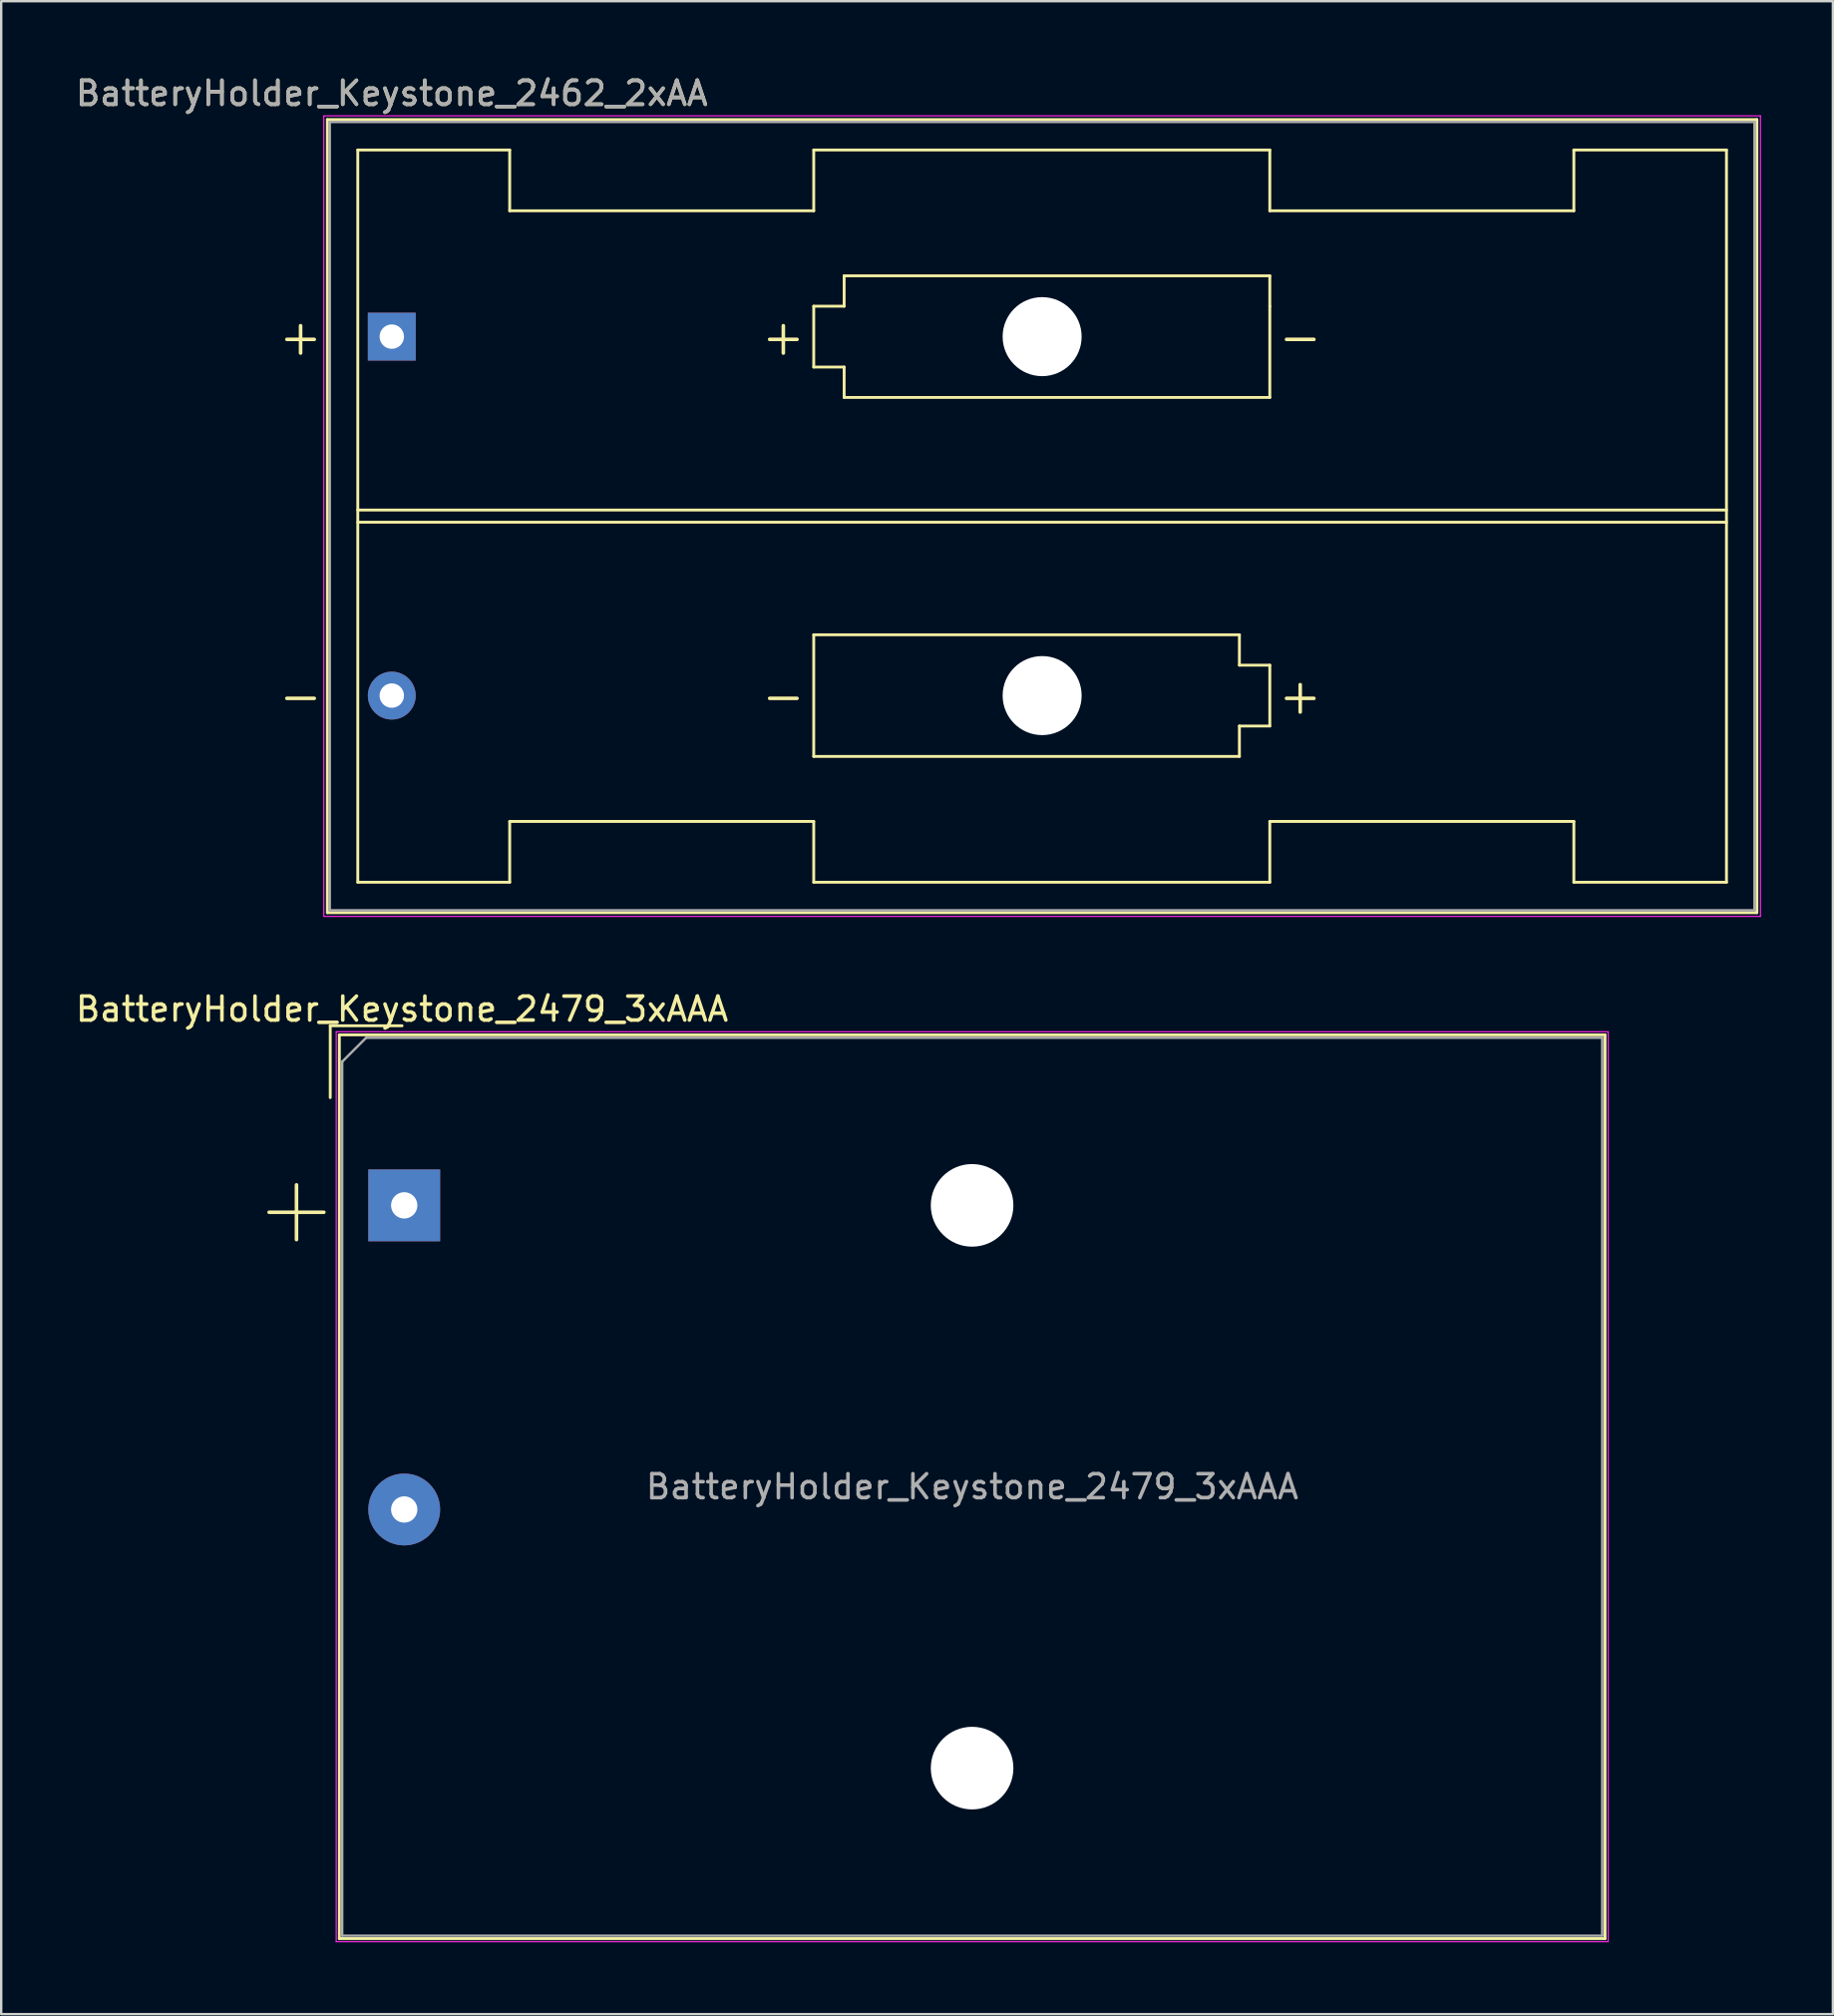
<source format=kicad_pcb>
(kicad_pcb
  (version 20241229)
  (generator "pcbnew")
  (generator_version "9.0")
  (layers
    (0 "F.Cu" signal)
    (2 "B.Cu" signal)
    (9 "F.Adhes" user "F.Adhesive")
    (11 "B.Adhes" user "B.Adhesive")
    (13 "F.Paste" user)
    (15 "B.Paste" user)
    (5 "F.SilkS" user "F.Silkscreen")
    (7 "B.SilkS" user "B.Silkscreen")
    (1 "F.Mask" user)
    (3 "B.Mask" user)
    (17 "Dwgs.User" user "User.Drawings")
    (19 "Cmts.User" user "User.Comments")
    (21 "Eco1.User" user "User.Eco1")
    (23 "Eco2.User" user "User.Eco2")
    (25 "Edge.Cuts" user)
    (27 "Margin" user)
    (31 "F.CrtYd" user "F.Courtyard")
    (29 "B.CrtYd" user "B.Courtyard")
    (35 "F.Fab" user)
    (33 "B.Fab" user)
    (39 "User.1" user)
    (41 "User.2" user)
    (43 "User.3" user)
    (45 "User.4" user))
  (footprint "BatteryHolder_Keystone_2462_2xAA"
    (layer "F.Cu")
    (at 13.315 11.008)
    (property "Reference" "BatteryHolder_Keystone_2462_2xAA" (at 0 -10.16 180) (layer "F.SilkS") (effects (font (size 1 1) (thickness 0.15))))
    (attr through_hole)
    (fp_line (start -2.69 -9.065) (end -2.69 24.055) (stroke (width 0.12) (type solid)) (layer "F.SilkS"))
    (fp_line (start -2.69 24.055) (end 57.02 24.055) (stroke (width 0.12) (type solid)) (layer "F.SilkS"))
    (fp_line (start -1.42 -7.795) (end -1.42 22.785) (stroke (width 0.12) (type solid)) (layer "F.SilkS"))
    (fp_line (start -1.42 7.241) (end 55.75 7.241) (stroke (width 0.12) (type solid)) (layer "F.SilkS"))
    (fp_line (start -1.42 22.785) (end 4.925 22.785) (stroke (width 0.12) (type solid)) (layer "F.SilkS"))
    (fp_line (start 4.925 -7.795) (end -1.42 -7.795) (stroke (width 0.12) (type solid)) (layer "F.SilkS"))
    (fp_line (start 4.925 -5.255) (end 4.925 -7.795) (stroke (width 0.12) (type solid)) (layer "F.SilkS"))
    (fp_line (start 4.925 -5.255) (end 17.625 -5.255) (stroke (width 0.12) (type solid)) (layer "F.SilkS"))
    (fp_line (start 4.925 20.245) (end 17.625 20.245) (stroke (width 0.12) (type solid)) (layer "F.SilkS"))
    (fp_line (start 4.925 22.785) (end 4.925 20.245) (stroke (width 0.12) (type solid)) (layer "F.SilkS"))
    (fp_line (start 17.625 -7.795) (end 17.625 -5.255) (stroke (width 0.12) (type solid)) (layer "F.SilkS"))
    (fp_line (start 17.625 -1.27) (end 18.895 -1.27) (stroke (width 0.12) (type solid)) (layer "F.SilkS"))
    (fp_line (start 17.625 1.27) (end 17.625 -1.27) (stroke (width 0.12) (type solid)) (layer "F.SilkS"))
    (fp_line (start 17.625 12.45) (end 35.405 12.45) (stroke (width 0.12) (type solid)) (layer "F.SilkS"))
    (fp_line (start 17.625 17.53) (end 17.625 12.45) (stroke (width 0.12) (type solid)) (layer "F.SilkS"))
    (fp_line (start 17.625 20.245) (end 17.625 22.785) (stroke (width 0.12) (type solid)) (layer "F.SilkS"))
    (fp_line (start 17.625 22.785) (end 36.675 22.785) (stroke (width 0.12) (type solid)) (layer "F.SilkS"))
    (fp_line (start 18.895 -2.54) (end 36.675 -2.54) (stroke (width 0.12) (type solid)) (layer "F.SilkS"))
    (fp_line (start 18.895 -1.27) (end 18.895 -2.54) (stroke (width 0.12) (type solid)) (layer "F.SilkS"))
    (fp_line (start 18.895 1.27) (end 17.625 1.27) (stroke (width 0.12) (type solid)) (layer "F.SilkS"))
    (fp_line (start 18.895 2.54) (end 18.895 1.27) (stroke (width 0.12) (type solid)) (layer "F.SilkS"))
    (fp_line (start 35.405 12.45) (end 35.405 13.72) (stroke (width 0.12) (type solid)) (layer "F.SilkS"))
    (fp_line (start 35.405 13.72) (end 36.675 13.72) (stroke (width 0.12) (type solid)) (layer "F.SilkS"))
    (fp_line (start 35.405 16.26) (end 35.405 17.53) (stroke (width 0.12) (type solid)) (layer "F.SilkS"))
    (fp_line (start 35.405 17.53) (end 17.625 17.53) (stroke (width 0.12) (type solid)) (layer "F.SilkS"))
    (fp_line (start 36.675 -7.795) (end 17.625 -7.795) (stroke (width 0.12) (type solid)) (layer "F.SilkS"))
    (fp_line (start 36.675 -5.255) (end 36.675 -7.795) (stroke (width 0.12) (type solid)) (layer "F.SilkS"))
    (fp_line (start 36.675 -2.54) (end 36.675 -1.27) (stroke (width 0.12) (type solid)) (layer "F.SilkS"))
    (fp_line (start 36.675 -1.27) (end 36.675 2.54) (stroke (width 0.12) (type solid)) (layer "F.SilkS"))
    (fp_line (start 36.675 2.54) (end 18.895 2.54) (stroke (width 0.12) (type solid)) (layer "F.SilkS"))
    (fp_line (start 36.675 13.72) (end 36.675 16.26) (stroke (width 0.12) (type solid)) (layer "F.SilkS"))
    (fp_line (start 36.675 16.26) (end 35.405 16.26) (stroke (width 0.12) (type solid)) (layer "F.SilkS"))
    (fp_line (start 36.675 22.785) (end 36.675 20.245) (stroke (width 0.12) (type solid)) (layer "F.SilkS"))
    (fp_line (start 49.375 -7.795) (end 49.375 -5.255) (stroke (width 0.12) (type solid)) (layer "F.SilkS"))
    (fp_line (start 49.375 -5.255) (end 36.675 -5.255) (stroke (width 0.12) (type solid)) (layer "F.SilkS"))
    (fp_line (start 49.375 20.245) (end 36.675 20.245) (stroke (width 0.12) (type solid)) (layer "F.SilkS"))
    (fp_line (start 49.375 22.785) (end 49.375 20.245) (stroke (width 0.12) (type solid)) (layer "F.SilkS"))
    (fp_line (start 55.75 -7.795) (end 49.375 -7.795) (stroke (width 0.12) (type solid)) (layer "F.SilkS"))
    (fp_line (start 55.75 -7.795) (end 55.75 22.785) (stroke (width 0.12) (type solid)) (layer "F.SilkS"))
    (fp_line (start 55.75 7.749) (end -1.42 7.749) (stroke (width 0.12) (type solid)) (layer "F.SilkS"))
    (fp_line (start 55.75 22.785) (end 49.375 22.785) (stroke (width 0.12) (type solid)) (layer "F.SilkS"))
    (fp_line (start 57.02 -9.065) (end -2.69 -9.065) (stroke (width 0.12) (type solid)) (layer "F.SilkS"))
    (fp_line (start 57.02 24.055) (end 57.02 -9.065) (stroke (width 0.12) (type solid)) (layer "F.SilkS"))
    (fp_line (start -2.84 -9.22) (end -2.84 24.21) (stroke (width 0.05) (type solid)) (layer "F.CrtYd"))
    (fp_line (start -2.84 24.21) (end 57.17 24.21) (stroke (width 0.05) (type solid)) (layer "F.CrtYd"))
    (fp_line (start 57.17 -9.22) (end -2.84 -9.22) (stroke (width 0.05) (type solid)) (layer "F.CrtYd"))
    (fp_line (start 57.17 24.21) (end 57.17 -9.22) (stroke (width 0.05) (type solid)) (layer "F.CrtYd"))
    (fp_line (start -2.59 -8.965) (end 56.92 -8.965) (stroke (width 0.1) (type solid)) (layer "F.Fab"))
    (fp_line (start -2.59 23.955) (end -2.59 -8.965) (stroke (width 0.1) (type solid)) (layer "F.Fab"))
    (fp_line (start -2.59 23.955) (end 56.92 23.955) (stroke (width 0.1) (type solid)) (layer "F.Fab"))
    (fp_line (start 56.92 23.955) (end 56.92 -8.965) (stroke (width 0.1) (type solid)) (layer "F.Fab"))
    (fp_text user "-" (at -3.81 14.99 0) (layer "F.SilkS") (effects (font (size 1.5 1.5) (thickness 0.15))))
    (fp_text user "-" (at 37.945 0 0) (layer "F.SilkS") (effects (font (size 1.5 1.5) (thickness 0.15))))
    (fp_text user "+" (at -3.81 0 0) (layer "F.SilkS") (effects (font (size 1.5 1.5) (thickness 0.15))))
    (fp_text user "+" (at 37.945 14.99 0) (layer "F.SilkS") (effects (font (size 1.5 1.5) (thickness 0.15))))
    (fp_text user "-" (at 16.355 14.99 0) (layer "F.SilkS") (effects (font (size 1.5 1.5) (thickness 0.15))))
    (fp_text user "+" (at 16.355 0 0) (layer "F.SilkS") (effects (font (size 1.5 1.5) (thickness 0.15))))
    (fp_text user "${REFERENCE}" (at 0 -10.16 0) (layer "F.Fab") (effects (font (size 1 1) (thickness 0.15))))
    (pad "" np_thru_hole circle (at 27.165 0) (size 3.3 3.3) (drill 3.3) (layers "*.Cu" "*.Mask"))
    (pad "" np_thru_hole circle (at 27.165 14.99) (size 3.3 3.3) (drill 3.3) (layers "*.Cu" "*.Mask"))
    (pad "1" thru_hole rect (at 0 0) (size 2 2) (drill 1.02) (layers "*.Cu" "*.Mask"))
    (pad "2" thru_hole circle (at 0 14.99) (size 2 2) (drill 1.02) (layers "*.Cu" "*.Mask")))
  (footprint "BatteryHolder_Keystone_2479_3xAAA"
    (layer "F.Cu")
    (at 13.834 47.286)
    (property "Reference" "BatteryHolder_Keystone_2479_3xAAA" (at -0.09 -8.195 0) (layer "F.SilkS") (effects (font (size 1 1) (thickness 0.15))))
    (attr through_hole)
    (fp_line (start -3.09 -7.5) (end -0.09 -7.5) (stroke (width 0.12) (type solid)) (layer "F.SilkS"))
    (fp_line (start -3.09 -4.5) (end -3.09 -7.5) (stroke (width 0.12) (type solid)) (layer "F.SilkS"))
    (fp_line (start -2.71 -7.12) (end -2.71 30.62) (stroke (width 0.12) (type solid)) (layer "F.SilkS"))
    (fp_line (start -2.71 -7.12) (end 50.16 -7.12) (stroke (width 0.12) (type solid)) (layer "F.SilkS"))
    (fp_line (start -2.71 30.62) (end 50.16 30.62) (stroke (width 0.12) (type solid)) (layer "F.SilkS"))
    (fp_line (start 50.16 -7.12) (end 50.16 30.62) (stroke (width 0.12) (type solid)) (layer "F.SilkS"))
    (fp_line (start -2.84 -7.25) (end -2.84 30.75) (stroke (width 0.05) (type solid)) (layer "F.CrtYd"))
    (fp_line (start -2.84 -7.25) (end 50.29 -7.25) (stroke (width 0.05) (type solid)) (layer "F.CrtYd"))
    (fp_line (start -2.84 30.75) (end 50.29 30.75) (stroke (width 0.05) (type solid)) (layer "F.CrtYd"))
    (fp_line (start 50.29 -7.25) (end 50.29 30.75) (stroke (width 0.05) (type solid)) (layer "F.CrtYd"))
    (fp_line (start -2.59 -6) (end -1.59 -7) (stroke (width 0.1) (type solid)) (layer "F.Fab"))
    (fp_line (start -2.59 30.5) (end -2.59 -6) (stroke (width 0.1) (type solid)) (layer "F.Fab"))
    (fp_line (start -1.59 -7) (end 50.04 -7) (stroke (width 0.1) (type solid)) (layer "F.Fab"))
    (fp_line (start 50.04 -7) (end 50.04 30.5) (stroke (width 0.1) (type solid)) (layer "F.Fab"))
    (fp_line (start 50.04 30.5) (end -2.59 30.5) (stroke (width 0.1) (type solid)) (layer "F.Fab"))
    (fp_text user "+" (at -4.5 0.05 0) (layer "F.SilkS") (effects (font (size 3 3) (thickness 0.15))))
    (fp_text user "${REFERENCE}" (at 23.725 11.75 0) (layer "F.Fab") (effects (font (size 1 1) (thickness 0.15))))
    (pad "" np_thru_hole circle (at 23.72 0) (size 3.45 3.45) (drill 3.45) (layers "*.Cu" "*.Mask"))
    (pad "" np_thru_hole circle (at 23.72 23.5) (size 3.45 3.45) (drill 3.45) (layers "*.Cu" "*.Mask"))
    (pad "1" thru_hole rect (at 0 0) (size 3 3) (drill 1.1) (layers "*.Cu" "*.Mask"))
    (pad "2" thru_hole circle (at 0 12.7) (size 3 3) (drill 1.1) (layers "*.Cu" "*.Mask")))
  (gr_rect
    (start -3 -3)
    (end 73.51 81.061)
    (stroke (width 0.1) (type default))
    (fill no)
    (layer "Edge.Cuts")))
</source>
